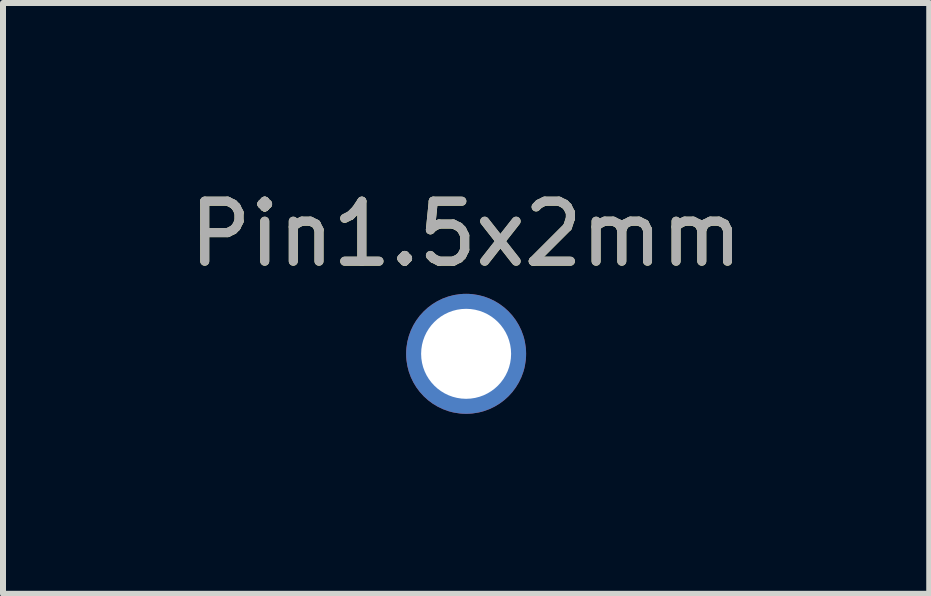
<source format=kicad_pcb>
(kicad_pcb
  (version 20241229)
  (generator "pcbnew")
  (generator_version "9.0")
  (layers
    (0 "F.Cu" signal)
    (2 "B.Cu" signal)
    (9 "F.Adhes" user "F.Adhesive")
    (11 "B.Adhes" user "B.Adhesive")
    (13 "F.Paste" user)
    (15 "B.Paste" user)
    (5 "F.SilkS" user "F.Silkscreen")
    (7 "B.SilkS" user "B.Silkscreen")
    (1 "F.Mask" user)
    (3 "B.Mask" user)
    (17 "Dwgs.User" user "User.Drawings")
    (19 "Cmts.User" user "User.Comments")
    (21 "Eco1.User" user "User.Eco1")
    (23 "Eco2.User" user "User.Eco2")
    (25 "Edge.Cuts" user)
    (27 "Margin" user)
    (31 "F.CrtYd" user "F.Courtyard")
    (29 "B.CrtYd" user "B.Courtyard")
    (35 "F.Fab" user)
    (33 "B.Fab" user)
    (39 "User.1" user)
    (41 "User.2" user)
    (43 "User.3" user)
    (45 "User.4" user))
  (footprint "Pin1.5x2mm"
    (layer "F.Cu")
    (at 4.72 2.848)
    (property "Reference" "Pin1.5x2mm" (at 0 -1.998 0) (layer "F.SilkS") (effects (font (size 1 1) (thickness 0.15))))
    (attr exclude_from_pos_files)
    (fp_text user "${REFERENCE}" (at 0 -2 0) (layer "F.Fab") (effects (font (size 1 1) (thickness 0.15))))
    (pad "1" thru_hole circle (at 0 0) (size 2 2) (drill 1.5) (layers "*.Cu" "*.Mask")))
  (gr_rect
    (start -3 -3)
    (end 12.44 6.848)
    (stroke (width 0.1) (type default))
    (fill no)
    (layer "Edge.Cuts")))
</source>
